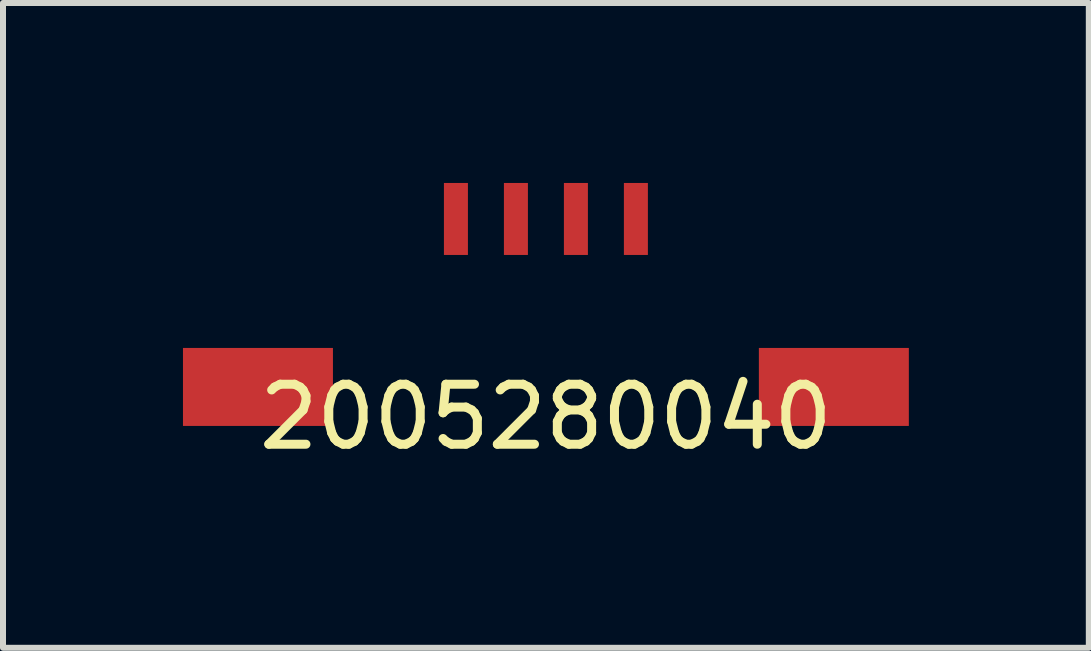
<source format=kicad_pcb>
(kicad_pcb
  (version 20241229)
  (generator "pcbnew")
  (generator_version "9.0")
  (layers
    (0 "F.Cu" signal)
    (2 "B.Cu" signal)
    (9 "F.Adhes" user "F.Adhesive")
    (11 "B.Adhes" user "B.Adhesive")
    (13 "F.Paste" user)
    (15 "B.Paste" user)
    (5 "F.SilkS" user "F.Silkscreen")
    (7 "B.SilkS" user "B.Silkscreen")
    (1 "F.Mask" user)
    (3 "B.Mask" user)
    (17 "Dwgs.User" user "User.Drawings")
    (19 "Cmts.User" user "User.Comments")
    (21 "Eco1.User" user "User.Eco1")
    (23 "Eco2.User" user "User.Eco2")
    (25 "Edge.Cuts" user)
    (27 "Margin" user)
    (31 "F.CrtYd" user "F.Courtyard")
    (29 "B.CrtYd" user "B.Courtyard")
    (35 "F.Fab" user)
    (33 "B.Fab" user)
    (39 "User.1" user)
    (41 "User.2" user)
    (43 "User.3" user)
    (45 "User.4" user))
  (footprint "2005280040"
    (layer "F.Cu")
    (at 6.05 3.4)
    (property "Reference" "2005280040" (at 0 0.5 0) (layer "F.SilkS") (effects (font (size 1 1) (thickness 0.15))))
    (attr smd)
    (pad "1" smd rect (at -1.5 -2.8) (size 0.4 1.2) (layers "F.Cu" "F.Mask" "F.Paste"))
    (pad "2" smd rect (at -0.5 -2.8) (size 0.4 1.2) (layers "F.Cu" "F.Mask" "F.Paste"))
    (pad "3" smd rect (at 0.5 -2.8) (size 0.4 1.2) (layers "F.Cu" "F.Mask" "F.Paste"))
    (pad "4" smd rect (at 1.5 -2.8) (size 0.4 1.2) (layers "F.Cu" "F.Mask" "F.Paste"))
    (pad "MP" smd rect (at -4.3 0) (size 2.5 1.3) (drill (offset -0.5 0)) (layers "F.Cu" "F.Mask" "F.Paste"))
    (pad "MP" smd rect (at 4.3 0) (size 2.5 1.3) (drill (offset 0.5 0)) (layers "F.Cu" "F.Mask" "F.Paste")))
  (gr_rect
    (start -3 -3)
    (end 15.1 7.748)
    (stroke (width 0.1) (type default))
    (fill no)
    (layer "Edge.Cuts")))
</source>
